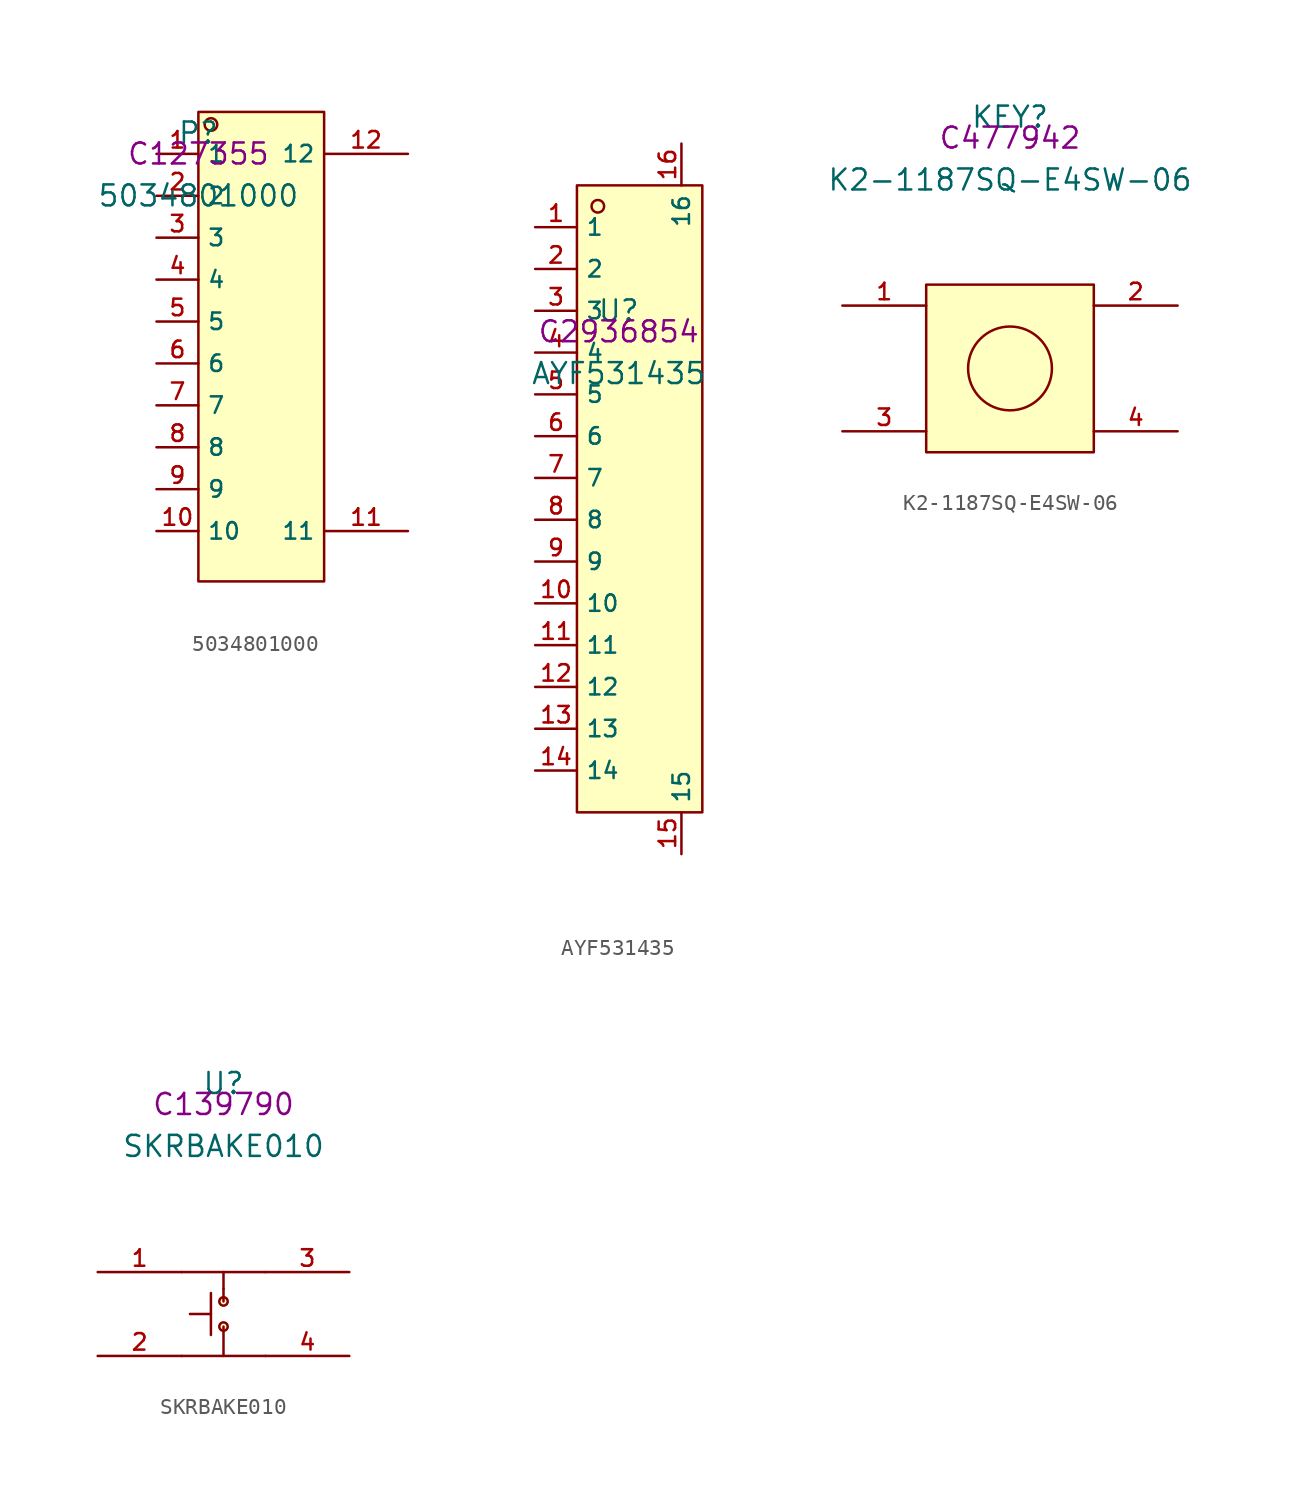
<source format=kicad_sym>
(kicad_symbol_lib
  (version 20220914)
  (generator kicad_symbol_editor)
  (symbol "5034801000"
    (property "Reference" "P"
      (at 0 1.27 0)
      (effects (font (size 1.27 1.27))))
    (property "Value" "5034801000"
      (at 0 -2.54 0)
      (effects (font (size 1.27 1.27))))
    (property "LCSC" "C127355"
      (at 0 0 0)
      (effects (font (size 1.27 1.27))))
    (symbol "5034801000_0_0"
      (rectangle (start 0 2.54) (end 7.62 -25.908) (stroke (width 0) (type default)) (fill (type background)))
      (circle (center 0.762 1.778) (radius 0.381) (stroke (width 0) (type default)) (fill (type background)))
      (pin unspecified line (at -2.54 0 0) (length 2.54) (name "1" (effects (font (size 1 1)))) (number "1" (effects (font (size 1 1)))))
      (pin unspecified line (at -2.54 -22.86 0) (length 2.54) (name "10" (effects (font (size 1 1)))) (number "10" (effects (font (size 1 1)))))
      (pin unspecified line (at 12.7 -22.86 180) (length 5.08) (name "11" (effects (font (size 1 1)))) (number "11" (effects (font (size 1 1)))))
      (pin unspecified line (at 12.7 0 180) (length 5.08) (name "12" (effects (font (size 1 1)))) (number "12" (effects (font (size 1 1)))))
      (pin unspecified line (at -2.54 -2.54 0) (length 2.54) (name "2" (effects (font (size 1 1)))) (number "2" (effects (font (size 1 1)))))
      (pin unspecified line (at -2.54 -5.08 0) (length 2.54) (name "3" (effects (font (size 1 1)))) (number "3" (effects (font (size 1 1)))))
      (pin unspecified line (at -2.54 -7.62 0) (length 2.54) (name "4" (effects (font (size 1 1)))) (number "4" (effects (font (size 1 1)))))
      (pin unspecified line (at -2.54 -10.16 0) (length 2.54) (name "5" (effects (font (size 1 1)))) (number "5" (effects (font (size 1 1)))))
      (pin unspecified line (at -2.54 -12.7 0) (length 2.54) (name "6" (effects (font (size 1 1)))) (number "6" (effects (font (size 1 1)))))
      (pin unspecified line (at -2.54 -15.24 0) (length 2.54) (name "7" (effects (font (size 1 1)))) (number "7" (effects (font (size 1 1)))))
      (pin unspecified line (at -2.54 -17.78 0) (length 2.54) (name "8" (effects (font (size 1 1)))) (number "8" (effects (font (size 1 1)))))
      (pin unspecified line (at -2.54 -20.32 0) (length 2.54) (name "9" (effects (font (size 1 1)))) (number "9" (effects (font (size 1 1)))))))
  (symbol "AYF531435"
    (property "Reference" "U"
      (at 0 1.27 0)
      (effects (font (size 1.27 1.27))))
    (property "Value" "AYF531435"
      (at 0 -2.54 0)
      (effects (font (size 1.27 1.27))))
    (property "LCSC" "C2936854"
      (at 0 0 0)
      (effects (font (size 1.27 1.27))))
    (symbol "AYF531435_0_0"
      (rectangle (start -2.54 8.89) (end 5.08 -29.21) (stroke (width 0) (type default)) (fill (type background)))
      (circle (center -1.27 7.62) (radius 0.381) (stroke (width 0) (type default)) (fill (type background)))
      (pin unspecified line (at -5.08 6.35 0) (length 2.54) (name "1" (effects (font (size 1 1)))) (number "1" (effects (font (size 1 1)))))
      (pin unspecified line (at -5.08 -16.51 0) (length 2.54) (name "10" (effects (font (size 1 1)))) (number "10" (effects (font (size 1 1)))))
      (pin unspecified line (at -5.08 -19.05 0) (length 2.54) (name "11" (effects (font (size 1 1)))) (number "11" (effects (font (size 1 1)))))
      (pin unspecified line (at -5.08 -21.59 0) (length 2.54) (name "12" (effects (font (size 1 1)))) (number "12" (effects (font (size 1 1)))))
      (pin unspecified line (at -5.08 -24.13 0) (length 2.54) (name "13" (effects (font (size 1 1)))) (number "13" (effects (font (size 1 1)))))
      (pin unspecified line (at -5.08 -26.67 0) (length 2.54) (name "14" (effects (font (size 1 1)))) (number "14" (effects (font (size 1 1)))))
      (pin unspecified line (at 3.81 -31.75 90) (length 2.54) (name "15" (effects (font (size 1 1)))) (number "15" (effects (font (size 1 1)))))
      (pin unspecified line (at 3.81 11.43 270) (length 2.54) (name "16" (effects (font (size 1 1)))) (number "16" (effects (font (size 1 1)))))
      (pin unspecified line (at -5.08 3.81 0) (length 2.54) (name "2" (effects (font (size 1 1)))) (number "2" (effects (font (size 1 1)))))
      (pin unspecified line (at -5.08 1.27 0) (length 2.54) (name "3" (effects (font (size 1 1)))) (number "3" (effects (font (size 1 1)))))
      (pin unspecified line (at -5.08 -1.27 0) (length 2.54) (name "4" (effects (font (size 1 1)))) (number "4" (effects (font (size 1 1)))))
      (pin unspecified line (at -5.08 -3.81 0) (length 2.54) (name "5" (effects (font (size 1 1)))) (number "5" (effects (font (size 1 1)))))
      (pin unspecified line (at -5.08 -6.35 0) (length 2.54) (name "6" (effects (font (size 1 1)))) (number "6" (effects (font (size 1 1)))))
      (pin unspecified line (at -5.08 -8.89 0) (length 2.54) (name "7" (effects (font (size 1 1)))) (number "7" (effects (font (size 1 1)))))
      (pin unspecified line (at -5.08 -11.43 0) (length 2.54) (name "8" (effects (font (size 1 1)))) (number "8" (effects (font (size 1 1)))))
      (pin unspecified line (at -5.08 -13.97 0) (length 2.54) (name "9" (effects (font (size 1 1)))) (number "9" (effects (font (size 1 1)))))))
  (symbol "K2-1187SQ-E4SW-06"
    (pin_names hide)
    (property "Reference" "KEY"
      (at 0 1.27 0)
      (effects (font (size 1.27 1.27))))
    (property "Value" "K2-1187SQ-E4SW-06"
      (at 0 -2.54 0)
      (effects (font (size 1.27 1.27))))
    (property "LCSC" "C477942"
      (at 0 0 0)
      (effects (font (size 1.27 1.27))))
    (symbol "K2-1187SQ-E4SW-06_0_0"
      (circle (center 0.0 -13.97) (radius 2.54) (stroke (width 0) (type default) (color 0 0 0 0)) (fill (type background)))
      (rectangle (start -5.08 -8.89) (end 5.08 -19.05) (stroke (width 0) (type default) (color 0 0 0 0)) (fill (type background)))
      (pin unspecified line (at -10.16 -10.16 0) (length 5.08) (name "1" (effects (font (size 1 1)))) (number "1" (effects (font (size 1 1)))))
      (pin unspecified line (at 10.16 -10.16 180) (length 5.08) (name "2" (effects (font (size 1 1)))) (number "2" (effects (font (size 1 1)))))
      (pin unspecified line (at -10.16 -17.78 0) (length 5.08) (name "3" (effects (font (size 1 1)))) (number "3" (effects (font (size 1 1)))))
      (pin unspecified line (at 10.16 -17.78 180) (length 5.08) (name "4" (effects (font (size 1 1)))) (number "4" (effects (font (size 1 1)))))))
  (symbol "SKRBAKE010"
    (pin_names hide)
    (property "Reference" "U"
      (at 0 1.27 0)
      (effects (font (size 1.27 1.27))))
    (property "Value" "SKRBAKE010"
      (at 0 -2.54 0)
      (effects (font (size 1.27 1.27))))
    (property "LCSC" "C139790"
      (at 0 0 0)
      (effects (font (size 1.27 1.27))))
    (symbol "SKRBAKE010_0_0"
      (polyline (pts (xy -2.54 -10.16) (xy 2.54 -10.16)) (stroke (width 0) (type default) (color 0 0 0 0)) (fill (type none)))
      (polyline (pts (xy -2.54 -15.24) (xy 2.54 -15.24)) (stroke (width 0) (type default) (color 0 0 0 0)) (fill (type none)))
      (polyline (pts (xy 0.0 -10.16) (xy 0.0 -11.176)) (stroke (width 0) (type default) (color 0 0 0 0)) (fill (type none)))
      (polyline (pts (xy 0.0 -15.24) (xy 0.0 -13.462)) (stroke (width 0) (type default) (color 0 0 0 0)) (fill (type none)))
      (polyline (pts (xy 0.0 -11.176) (xy 0.0 -11.938)) (stroke (width 0) (type default) (color 0 0 0 0)) (fill (type none)))
      (pin unspecified line (at -7.62 -10.16 0) (length 5.08) (name "1" (effects (font (size 1 1)))) (number "1" (effects (font (size 1 1)))))
      (pin unspecified line (at 7.62 -10.16 180) (length 5.08) (name "3" (effects (font (size 1 1)))) (number "3" (effects (font (size 1 1)))))
      (pin unspecified line (at -7.62 -15.24 0) (length 5.08) (name "2" (effects (font (size 1 1)))) (number "2" (effects (font (size 1 1)))))
      (pin unspecified line (at 7.62 -15.24 180) (length 5.08) (name "4" (effects (font (size 1 1)))) (number "4" (effects (font (size 1 1)))))
      (circle (center 0.0 -13.462) (radius 0.254) (stroke (width 0) (type default) (color 0 0 0 0)) (fill (type background)))
      (circle (center 0.0 -11.938) (radius 0.254) (stroke (width 0) (type default) (color 0 0 0 0)) (fill (type background)))
      (polyline (pts (xy -0.762 -13.97) (xy -0.762 -11.43)) (stroke (width 0) (type default) (color 0 0 0 0)) (fill (type none)))
      (polyline (pts (xy -0.762 -12.7) (xy -2.032 -12.7)) (stroke (width 0) (type default) (color 0 0 0 0)) (fill (type none))))))
</source>
